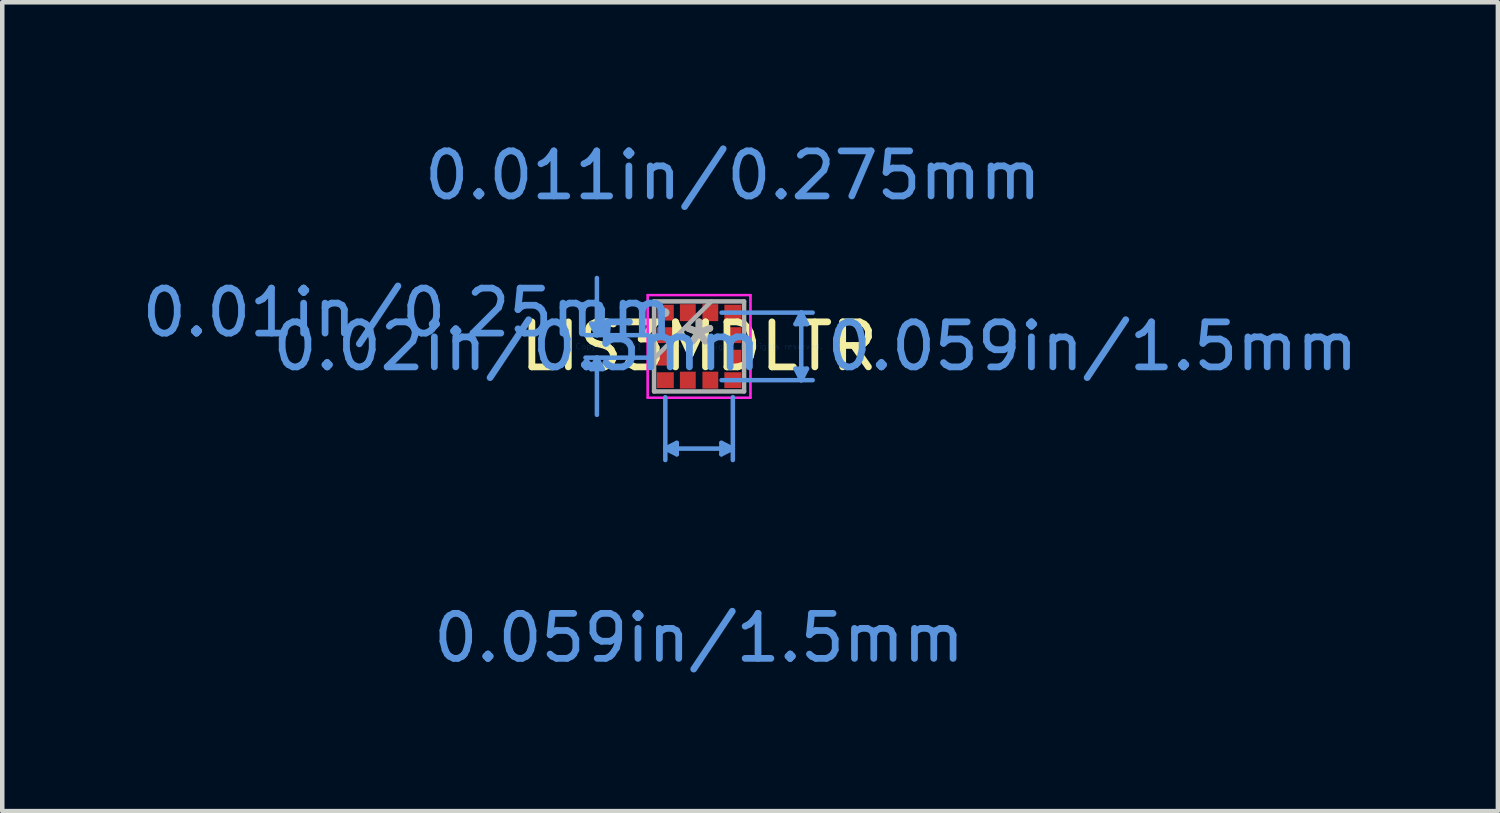
<source format=kicad_pcb>
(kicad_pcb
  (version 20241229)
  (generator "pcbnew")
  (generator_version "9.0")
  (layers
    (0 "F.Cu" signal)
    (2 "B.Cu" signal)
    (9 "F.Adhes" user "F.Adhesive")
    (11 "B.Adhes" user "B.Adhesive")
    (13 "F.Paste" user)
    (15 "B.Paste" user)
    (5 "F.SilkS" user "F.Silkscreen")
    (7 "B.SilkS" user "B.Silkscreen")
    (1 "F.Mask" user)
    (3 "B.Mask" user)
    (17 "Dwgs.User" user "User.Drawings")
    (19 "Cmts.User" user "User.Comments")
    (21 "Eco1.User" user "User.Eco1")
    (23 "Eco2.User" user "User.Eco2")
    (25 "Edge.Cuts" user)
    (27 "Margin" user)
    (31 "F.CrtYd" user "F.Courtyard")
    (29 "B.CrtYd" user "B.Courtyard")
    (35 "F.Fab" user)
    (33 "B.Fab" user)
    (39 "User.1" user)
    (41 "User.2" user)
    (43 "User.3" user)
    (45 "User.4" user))
  (footprint "LIS3MDLTR"
    (layer "F.Cu")
    (at 12.481 4.646)
    (property "Reference" "LIS3MDLTR" (at 0 0 0) (layer "F.SilkS") (effects (font (size 1 1) (thickness 0.15))))
    (attr through_hole)
    (fp_line (start -2.397 -0.504) (end -2.27 -0.25) (stroke (width 0.1) (type solid)) (layer "Cmts.User"))
    (fp_line (start -2.397 0.504) (end -2.27 0.25) (stroke (width 0.1) (type solid)) (layer "Cmts.User"))
    (fp_line (start -2.27 -0.25) (end -2.27 -1.52) (stroke (width 0.1) (type solid)) (layer "Cmts.User"))
    (fp_line (start -2.27 -0.25) (end -2.143 -0.504) (stroke (width 0.1) (type solid)) (layer "Cmts.User"))
    (fp_line (start -2.27 0.25) (end -2.27 1.52) (stroke (width 0.1) (type solid)) (layer "Cmts.User"))
    (fp_line (start -2.27 0.25) (end -2.143 0.504) (stroke (width 0.1) (type solid)) (layer "Cmts.User"))
    (fp_line (start -2.143 -0.504) (end -2.397 -0.504) (stroke (width 0.1) (type solid)) (layer "Cmts.User"))
    (fp_line (start -2.143 0.504) (end -2.397 0.504) (stroke (width 0.1) (type solid)) (layer "Cmts.User"))
    (fp_line (start -1.141 -0.25) (end -2.524 -0.25) (stroke (width 0.1) (type solid)) (layer "Cmts.User"))
    (fp_line (start -1.141 0.25) (end -2.524 0.25) (stroke (width 0.1) (type solid)) (layer "Cmts.User"))
    (fp_line (start -0.75 1.129) (end -0.75 2.524) (stroke (width 0.1) (type solid)) (layer "Cmts.User"))
    (fp_line (start -0.75 2.27) (end -0.496 2.397) (stroke (width 0.1) (type solid)) (layer "Cmts.User"))
    (fp_line (start -0.75 2.27) (end 0.75 2.27) (stroke (width 0.1) (type solid)) (layer "Cmts.User"))
    (fp_line (start -0.496 2.143) (end -0.75 2.27) (stroke (width 0.1) (type solid)) (layer "Cmts.User"))
    (fp_line (start -0.496 2.397) (end -0.496 2.143) (stroke (width 0.1) (type solid)) (layer "Cmts.User"))
    (fp_line (start 0.496 2.143) (end 0.75 2.27) (stroke (width 0.1) (type solid)) (layer "Cmts.User"))
    (fp_line (start 0.496 2.397) (end 0.496 2.143) (stroke (width 0.1) (type solid)) (layer "Cmts.User"))
    (fp_line (start 0.5 -0.75) (end 2.524 -0.75) (stroke (width 0.1) (type solid)) (layer "Cmts.User"))
    (fp_line (start 0.5 0.75) (end 2.524 0.75) (stroke (width 0.1) (type solid)) (layer "Cmts.User"))
    (fp_line (start 0.75 1.129) (end 0.75 2.524) (stroke (width 0.1) (type solid)) (layer "Cmts.User"))
    (fp_line (start 0.75 2.27) (end 0.496 2.397) (stroke (width 0.1) (type solid)) (layer "Cmts.User"))
    (fp_line (start 2.143 -0.496) (end 2.397 -0.496) (stroke (width 0.1) (type solid)) (layer "Cmts.User"))
    (fp_line (start 2.143 0.496) (end 2.397 0.496) (stroke (width 0.1) (type solid)) (layer "Cmts.User"))
    (fp_line (start 2.27 -0.75) (end 2.143 -0.496) (stroke (width 0.1) (type solid)) (layer "Cmts.User"))
    (fp_line (start 2.27 0.75) (end 2.143 0.496) (stroke (width 0.1) (type solid)) (layer "Cmts.User"))
    (fp_line (start 2.27 0.75) (end 2.27 -0.75) (stroke (width 0.1) (type solid)) (layer "Cmts.User"))
    (fp_line (start 2.397 -0.496) (end 2.27 -0.75) (stroke (width 0.1) (type solid)) (layer "Cmts.User"))
    (fp_line (start 2.397 0.496) (end 2.27 0.75) (stroke (width 0.1) (type solid)) (layer "Cmts.User"))
    (fp_line (start -1.141 -1.141) (end 1.141 -1.141) (stroke (width 0.05) (type solid)) (layer "F.CrtYd"))
    (fp_line (start -1.141 -1.141) (end 1.141 -1.141) (stroke (width 0.05) (type solid)) (layer "F.CrtYd"))
    (fp_line (start -1.141 1.141) (end -1.141 -1.141) (stroke (width 0.05) (type solid)) (layer "F.CrtYd"))
    (fp_line (start -1.141 1.141) (end -1.141 -1.141) (stroke (width 0.05) (type solid)) (layer "F.CrtYd"))
    (fp_line (start 1.141 -1.141) (end 1.141 1.141) (stroke (width 0.05) (type solid)) (layer "F.CrtYd"))
    (fp_line (start 1.141 -1.141) (end 1.141 1.141) (stroke (width 0.05) (type solid)) (layer "F.CrtYd"))
    (fp_line (start 1.141 1.141) (end -1.141 1.141) (stroke (width 0.05) (type solid)) (layer "F.CrtYd"))
    (fp_line (start 1.141 1.141) (end -1.141 1.141) (stroke (width 0.05) (type solid)) (layer "F.CrtYd"))
    (fp_line (start -1 -1) (end -1 1) (stroke (width 0.1) (type solid)) (layer "F.Fab"))
    (fp_line (start -1 0.27) (end 0.27 -1) (stroke (width 0.1) (type solid)) (layer "F.Fab"))
    (fp_line (start -1 1) (end 1 1) (stroke (width 0.1) (type solid)) (layer "F.Fab"))
    (fp_line (start 1 -1) (end -1 -1) (stroke (width 0.1) (type solid)) (layer "F.Fab"))
    (fp_line (start 1 1) (end 1 -1) (stroke (width 0.1) (type solid)) (layer "F.Fab"))
    (fp_circle (center -0.756 -0.75) (end -0.756 -0.75) (stroke (width 0.1) (type solid)) (fill no) (layer "F.Fab"))
    (fp_text user "*" (at 0 0 0) (layer "F.SilkS") (effects (font (size 1 1) (thickness 0.15))))
    (fp_text user "0.059in/1.5mm" (at 0 6.476 0) (layer "Cmts.User") (effects (font (size 1 1) (thickness 0.15))))
    (fp_text user "0.01in/0.25mm" (at -6.476 -0.75 0) (layer "Cmts.User") (effects (font (size 1 1) (thickness 0.15))))
    (fp_text user "0.02in/0.5mm" (at -4.048 0 0) (layer "Cmts.User") (effects (font (size 1 1) (thickness 0.15))))
    (fp_text user "0.011in/0.275mm" (at 0.75 -3.798 0) (layer "Cmts.User") (effects (font (size 1 1) (thickness 0.15))))
    (fp_text user "0.059in/1.5mm" (at 8.741 0 0) (layer "Cmts.User") (effects (font (size 1 1) (thickness 0.15))))
    (fp_text user "Copyright 2021 Accelerated Designs. All rights reserved." (at 0 0 0) (layer "Cmts.User") (effects (font (size 0.127 0.127) (thickness 0.002))))
    (fp_text user "*" (at 0 0 0) (layer "F.Fab") (effects (font (size 1 1) (thickness 0.15))))
    (pad "1" smd rect (at -0.75 -0.75) (size 0.377 0.352) (layers "F.Cu" "F.Mask" "F.Paste"))
    (pad "2" smd rect (at -0.75 -0.25) (size 0.377 0.352) (layers "F.Cu" "F.Mask" "F.Paste"))
    (pad "3" smd rect (at -0.75 0.25) (size 0.377 0.352) (layers "F.Cu" "F.Mask" "F.Paste"))
    (pad "4" smd rect (at -0.75 0.75) (size 0.377 0.352) (layers "F.Cu" "F.Mask" "F.Paste"))
    (pad "5" smd rect (at -0.25 0.75 90) (size 0.377 0.352) (layers "F.Cu" "F.Mask" "F.Paste"))
    (pad "6" smd rect (at 0.25 0.75 90) (size 0.377 0.352) (layers "F.Cu" "F.Mask" "F.Paste"))
    (pad "7" smd rect (at 0.75 0.75) (size 0.377 0.352) (layers "F.Cu" "F.Mask" "F.Paste"))
    (pad "8" smd rect (at 0.75 0.25) (size 0.377 0.352) (layers "F.Cu" "F.Mask" "F.Paste"))
    (pad "9" smd rect (at 0.75 -0.25) (size 0.377 0.352) (layers "F.Cu" "F.Mask" "F.Paste"))
    (pad "10" smd rect (at 0.75 -0.75) (size 0.377 0.352) (layers "F.Cu" "F.Mask" "F.Paste"))
    (pad "11" smd rect (at 0.25 -0.75 90) (size 0.377 0.352) (layers "F.Cu" "F.Mask" "F.Paste"))
    (pad "12" smd rect (at -0.25 -0.75 90) (size 0.377 0.352) (layers "F.Cu" "F.Mask" "F.Paste")))
  (gr_rect
    (start -3 -3)
    (end 30.228 14.97)
    (stroke (width 0.1) (type default))
    (fill no)
    (layer "Edge.Cuts")))
</source>
